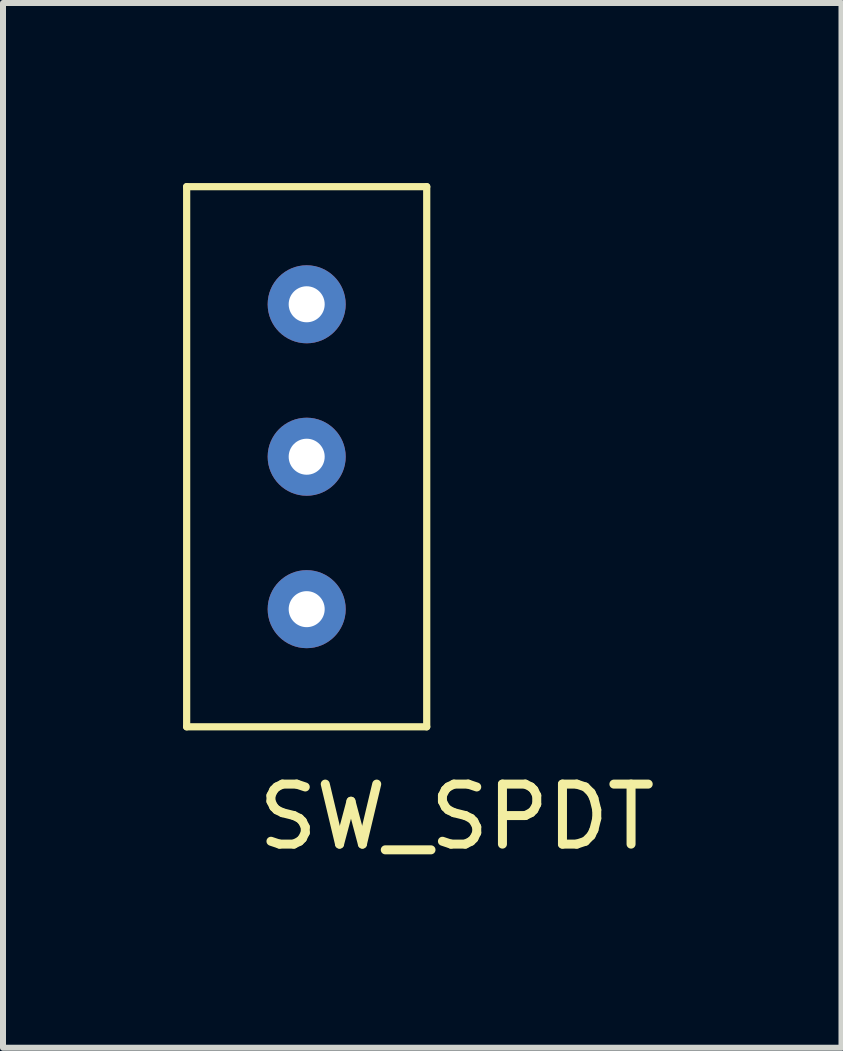
<source format=kicad_pcb>
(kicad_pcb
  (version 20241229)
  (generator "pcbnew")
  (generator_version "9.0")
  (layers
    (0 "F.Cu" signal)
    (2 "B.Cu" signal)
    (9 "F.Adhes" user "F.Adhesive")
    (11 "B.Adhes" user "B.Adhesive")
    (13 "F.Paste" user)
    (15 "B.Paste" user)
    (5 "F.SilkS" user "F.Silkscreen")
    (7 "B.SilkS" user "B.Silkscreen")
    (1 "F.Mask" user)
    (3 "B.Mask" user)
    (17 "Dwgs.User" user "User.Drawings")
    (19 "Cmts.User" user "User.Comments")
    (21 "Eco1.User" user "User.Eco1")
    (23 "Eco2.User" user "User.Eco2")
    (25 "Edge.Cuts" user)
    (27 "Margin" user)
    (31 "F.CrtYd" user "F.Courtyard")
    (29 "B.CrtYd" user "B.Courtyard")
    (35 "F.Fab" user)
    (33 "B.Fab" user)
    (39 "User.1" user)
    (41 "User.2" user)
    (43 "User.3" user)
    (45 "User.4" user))
  (footprint "SW_SPDT"
    (layer "F.Cu")
    (at 2.06 4.56)
    (property "Reference" "SW_SPDT" (at 2.5 6 0) (layer "F.SilkS") (effects (font (size 1 1) (thickness 0.15))))
    (attr through_hole)
    (fp_line (start -2 -4.5) (end -2 4.5) (stroke (width 0.12) (type solid)) (layer "F.SilkS"))
    (fp_line (start -2 -4.5) (end 2 -4.5) (stroke (width 0.12) (type solid)) (layer "F.SilkS"))
    (fp_line (start 2 -4.5) (end 2 4.5) (stroke (width 0.12) (type solid)) (layer "F.SilkS"))
    (fp_line (start 2 4.5) (end -2 4.5) (stroke (width 0.12) (type solid)) (layer "F.SilkS"))
    (pad "1" thru_hole circle (at 0 -2.54) (size 1.3 1.3) (drill 0.6) (layers "*.Cu" "*.Mask"))
    (pad "2" thru_hole circle (at 0 0) (size 1.3 1.3) (drill 0.6) (layers "*.Cu" "*.Mask"))
    (pad "3" thru_hole circle (at 0 2.54) (size 1.3 1.3) (drill 0.6) (layers "*.Cu" "*.Mask")))
  (gr_rect
    (start -3 -3)
    (end 10.971 14.408)
    (stroke (width 0.1) (type default))
    (fill no)
    (layer "Edge.Cuts")))
</source>
